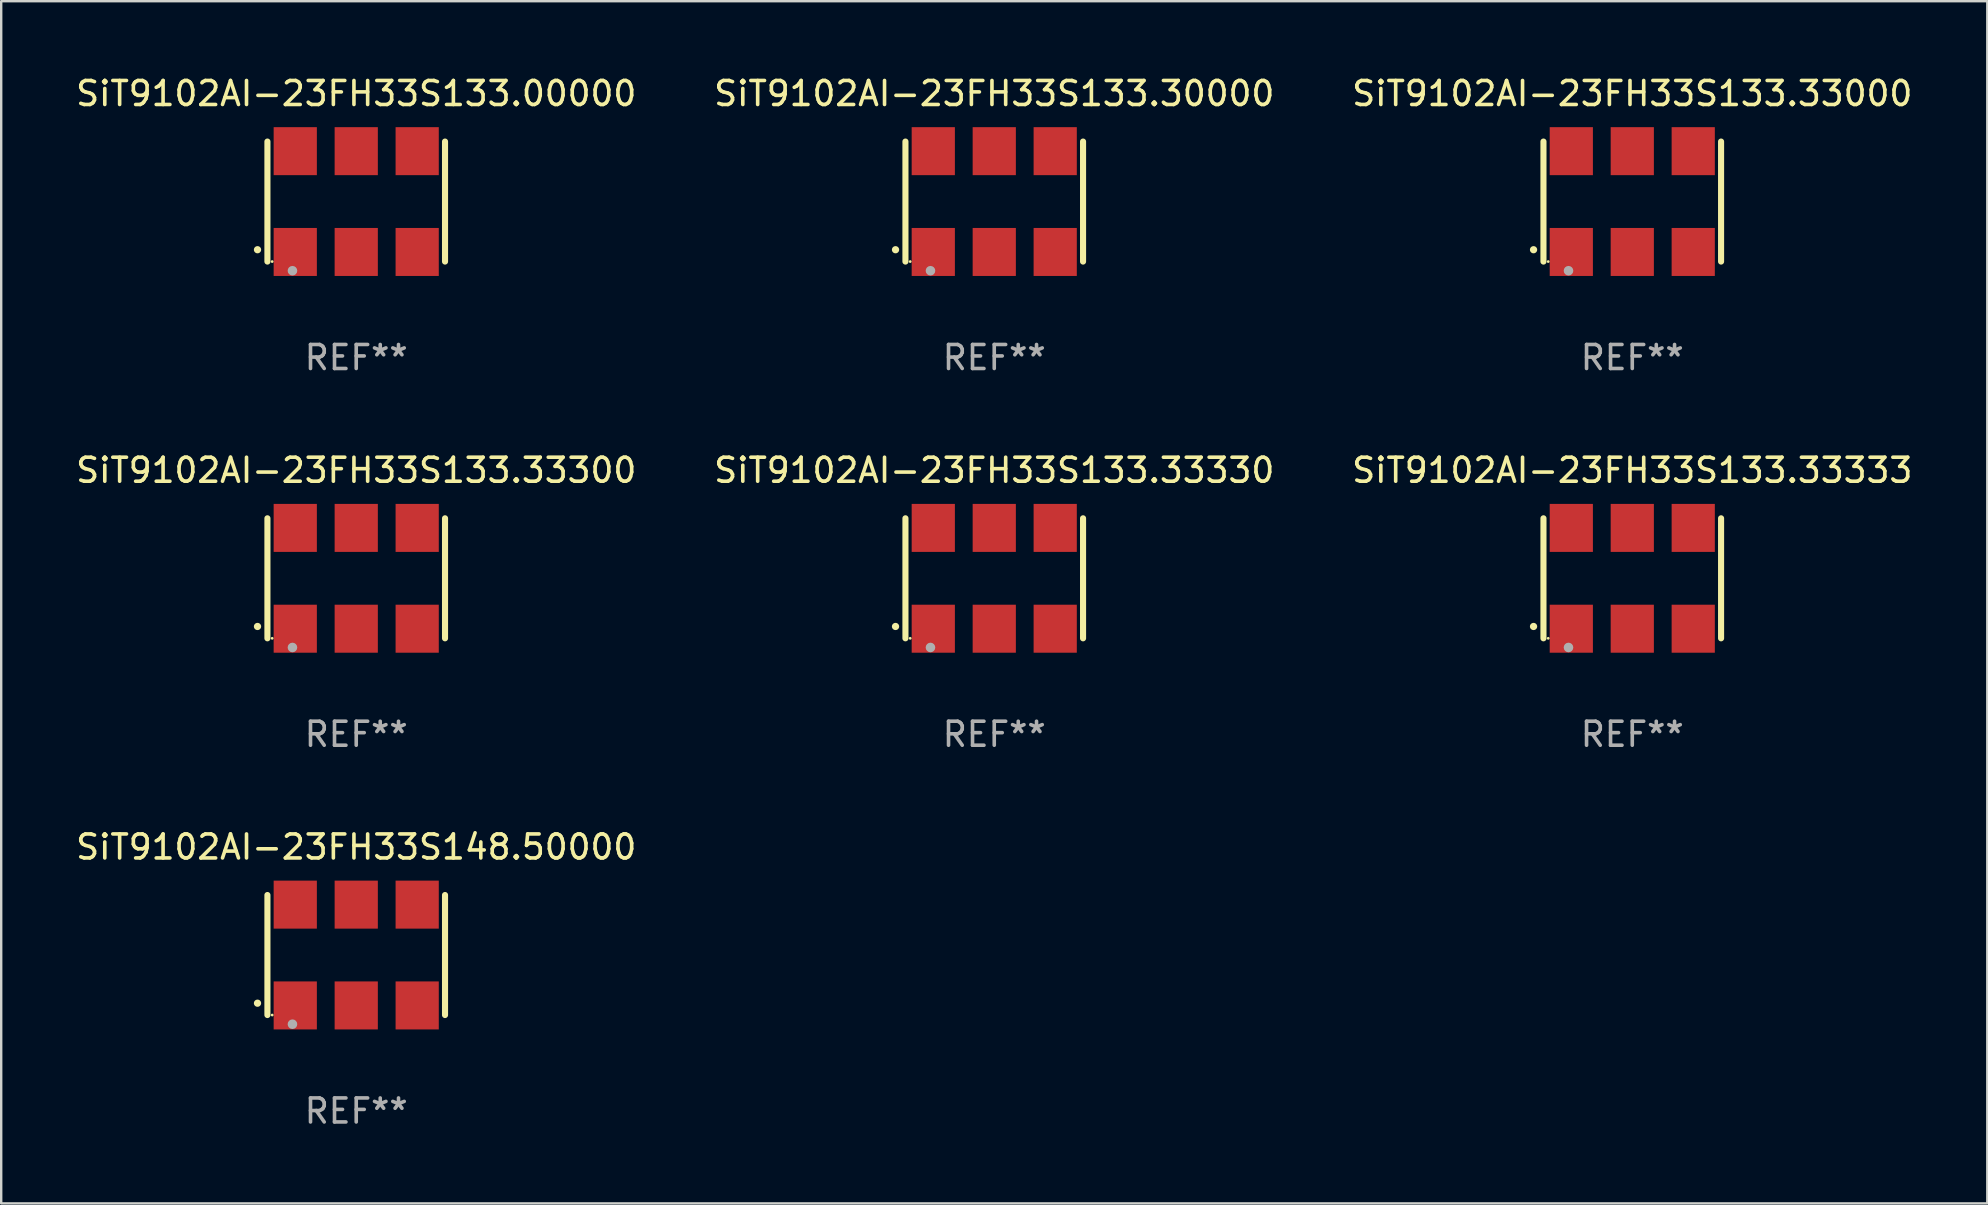
<source format=kicad_pcb>
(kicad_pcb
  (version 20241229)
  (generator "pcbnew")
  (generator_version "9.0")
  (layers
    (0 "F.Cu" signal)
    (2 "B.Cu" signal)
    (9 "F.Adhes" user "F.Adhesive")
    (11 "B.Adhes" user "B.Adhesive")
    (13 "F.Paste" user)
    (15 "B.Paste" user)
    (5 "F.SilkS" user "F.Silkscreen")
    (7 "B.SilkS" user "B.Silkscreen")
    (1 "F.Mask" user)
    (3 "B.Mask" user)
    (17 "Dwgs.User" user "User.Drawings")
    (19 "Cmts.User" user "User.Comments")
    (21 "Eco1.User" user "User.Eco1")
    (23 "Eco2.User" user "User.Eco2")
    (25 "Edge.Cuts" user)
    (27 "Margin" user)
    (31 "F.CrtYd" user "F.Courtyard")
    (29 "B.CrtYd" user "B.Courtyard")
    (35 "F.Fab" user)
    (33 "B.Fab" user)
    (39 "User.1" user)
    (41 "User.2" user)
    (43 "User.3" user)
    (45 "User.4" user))
  (footprint "SiT9102AI-23FH33S133.00000"
    (layer "F.Cu")
    (at 11.792 5.348)
    (property "Reference" "SiT9102AI-23FH33S133.00000" (at 0 -4.5 0) (layer "F.SilkS") (effects (font (size 1 1) (thickness 0.15))))
    (attr through_hole)
    (fp_line (start -3.7 -2.5) (end -3.7 2.5) (stroke (width 0.254) (type solid)) (layer "F.SilkS"))
    (fp_line (start 3.7 -2.5) (end 3.7 2.5) (stroke (width 0.254) (type solid)) (layer "F.SilkS"))
    (fp_arc (start -4.114415 2.006604) (mid -4.113145 2.006599) (end -4.111875 2.006604) (stroke (width 0.3) (type solid)) (layer "F.SilkS"))
    (fp_circle (center -3.502 2.5) (end -3.472 2.5) (stroke (width 0.06) (type solid)) (fill no) (layer "F.SilkS"))
    (fp_circle (center -2.657 2.882) (end -2.557 2.882) (stroke (width 0.2) (type solid)) (fill no) (layer "F.Fab"))
    (fp_text user "REF**" (at 0 6.5 0) (layer "F.Fab") (effects (font (size 1 1) (thickness 0.15))))
    (pad "1" smd rect (at -2.54 2.1) (size 1.8 2) (layers "F.Cu" "F.Mask" "F.Paste"))
    (pad "2" smd rect (at 0.000394 2.1) (size 1.8 2) (layers "F.Cu" "F.Mask" "F.Paste"))
    (pad "3" smd rect (at 2.54 2.1) (size 1.8 2) (layers "F.Cu" "F.Mask" "F.Paste"))
    (pad "4" smd rect (at 2.54 -2.1) (size 1.8 2) (layers "F.Cu" "F.Mask" "F.Paste"))
    (pad "5" smd rect (at 0.000394 -2.1) (size 1.8 2) (layers "F.Cu" "F.Mask" "F.Paste"))
    (pad "6" smd rect (at -2.54 -2.1) (size 1.8 2) (layers "F.Cu" "F.Mask" "F.Paste")))
  (footprint "SiT9102AI-23FH33S133.33330"
    (layer "F.Cu")
    (at 38.375 21.045)
    (property "Reference" "SiT9102AI-23FH33S133.33330" (at 0 -4.5 0) (layer "F.SilkS") (effects (font (size 1 1) (thickness 0.15))))
    (attr through_hole)
    (fp_line (start -3.7 -2.5) (end -3.7 2.5) (stroke (width 0.254) (type solid)) (layer "F.SilkS"))
    (fp_line (start 3.7 -2.5) (end 3.7 2.5) (stroke (width 0.254) (type solid)) (layer "F.SilkS"))
    (fp_arc (start -4.114415 2.006604) (mid -4.113145 2.006599) (end -4.111875 2.006604) (stroke (width 0.3) (type solid)) (layer "F.SilkS"))
    (fp_circle (center -3.502 2.5) (end -3.472 2.5) (stroke (width 0.06) (type solid)) (fill no) (layer "F.SilkS"))
    (fp_circle (center -2.657 2.882) (end -2.557 2.882) (stroke (width 0.2) (type solid)) (fill no) (layer "F.Fab"))
    (fp_text user "REF**" (at 0 6.5 0) (layer "F.Fab") (effects (font (size 1 1) (thickness 0.15))))
    (pad "1" smd rect (at -2.54 2.1) (size 1.8 2) (layers "F.Cu" "F.Mask" "F.Paste"))
    (pad "2" smd rect (at 0.000394 2.1) (size 1.8 2) (layers "F.Cu" "F.Mask" "F.Paste"))
    (pad "3" smd rect (at 2.54 2.1) (size 1.8 2) (layers "F.Cu" "F.Mask" "F.Paste"))
    (pad "4" smd rect (at 2.54 -2.1) (size 1.8 2) (layers "F.Cu" "F.Mask" "F.Paste"))
    (pad "5" smd rect (at 0.000394 -2.1) (size 1.8 2) (layers "F.Cu" "F.Mask" "F.Paste"))
    (pad "6" smd rect (at -2.54 -2.1) (size 1.8 2) (layers "F.Cu" "F.Mask" "F.Paste")))
  (footprint "SiT9102AI-23FH33S148.50000"
    (layer "F.Cu")
    (at 11.792 36.741)
    (property "Reference" "SiT9102AI-23FH33S148.50000" (at 0 -4.5 0) (layer "F.SilkS") (effects (font (size 1 1) (thickness 0.15))))
    (attr through_hole)
    (fp_line (start -3.7 -2.5) (end -3.7 2.5) (stroke (width 0.254) (type solid)) (layer "F.SilkS"))
    (fp_line (start 3.7 -2.5) (end 3.7 2.5) (stroke (width 0.254) (type solid)) (layer "F.SilkS"))
    (fp_arc (start -4.114415 2.006604) (mid -4.113145 2.006599) (end -4.111875 2.006604) (stroke (width 0.3) (type solid)) (layer "F.SilkS"))
    (fp_circle (center -3.502 2.5) (end -3.472 2.5) (stroke (width 0.06) (type solid)) (fill no) (layer "F.SilkS"))
    (fp_circle (center -2.657 2.882) (end -2.557 2.882) (stroke (width 0.2) (type solid)) (fill no) (layer "F.Fab"))
    (fp_text user "REF**" (at 0 6.5 0) (layer "F.Fab") (effects (font (size 1 1) (thickness 0.15))))
    (pad "1" smd rect (at -2.54 2.1) (size 1.8 2) (layers "F.Cu" "F.Mask" "F.Paste"))
    (pad "2" smd rect (at 0.000394 2.1) (size 1.8 2) (layers "F.Cu" "F.Mask" "F.Paste"))
    (pad "3" smd rect (at 2.54 2.1) (size 1.8 2) (layers "F.Cu" "F.Mask" "F.Paste"))
    (pad "4" smd rect (at 2.54 -2.1) (size 1.8 2) (layers "F.Cu" "F.Mask" "F.Paste"))
    (pad "5" smd rect (at 0.000394 -2.1) (size 1.8 2) (layers "F.Cu" "F.Mask" "F.Paste"))
    (pad "6" smd rect (at -2.54 -2.1) (size 1.8 2) (layers "F.Cu" "F.Mask" "F.Paste")))
  (footprint "SiT9102AI-23FH33S133.30000"
    (layer "F.Cu")
    (at 38.375 5.348)
    (property "Reference" "SiT9102AI-23FH33S133.30000" (at 0 -4.5 0) (layer "F.SilkS") (effects (font (size 1 1) (thickness 0.15))))
    (attr through_hole)
    (fp_line (start -3.7 -2.5) (end -3.7 2.5) (stroke (width 0.254) (type solid)) (layer "F.SilkS"))
    (fp_line (start 3.7 -2.5) (end 3.7 2.5) (stroke (width 0.254) (type solid)) (layer "F.SilkS"))
    (fp_arc (start -4.114415 2.006604) (mid -4.113145 2.006599) (end -4.111875 2.006604) (stroke (width 0.3) (type solid)) (layer "F.SilkS"))
    (fp_circle (center -3.502 2.5) (end -3.472 2.5) (stroke (width 0.06) (type solid)) (fill no) (layer "F.SilkS"))
    (fp_circle (center -2.657 2.882) (end -2.557 2.882) (stroke (width 0.2) (type solid)) (fill no) (layer "F.Fab"))
    (fp_text user "REF**" (at 0 6.5 0) (layer "F.Fab") (effects (font (size 1 1) (thickness 0.15))))
    (pad "1" smd rect (at -2.54 2.1) (size 1.8 2) (layers "F.Cu" "F.Mask" "F.Paste"))
    (pad "2" smd rect (at 0.000394 2.1) (size 1.8 2) (layers "F.Cu" "F.Mask" "F.Paste"))
    (pad "3" smd rect (at 2.54 2.1) (size 1.8 2) (layers "F.Cu" "F.Mask" "F.Paste"))
    (pad "4" smd rect (at 2.54 -2.1) (size 1.8 2) (layers "F.Cu" "F.Mask" "F.Paste"))
    (pad "5" smd rect (at 0.000394 -2.1) (size 1.8 2) (layers "F.Cu" "F.Mask" "F.Paste"))
    (pad "6" smd rect (at -2.54 -2.1) (size 1.8 2) (layers "F.Cu" "F.Mask" "F.Paste")))
  (footprint "SiT9102AI-23FH33S133.33300"
    (layer "F.Cu")
    (at 11.792 21.045)
    (property "Reference" "SiT9102AI-23FH33S133.33300" (at 0 -4.5 0) (layer "F.SilkS") (effects (font (size 1 1) (thickness 0.15))))
    (attr through_hole)
    (fp_line (start -3.7 -2.5) (end -3.7 2.5) (stroke (width 0.254) (type solid)) (layer "F.SilkS"))
    (fp_line (start 3.7 -2.5) (end 3.7 2.5) (stroke (width 0.254) (type solid)) (layer "F.SilkS"))
    (fp_arc (start -4.114415 2.006604) (mid -4.113145 2.006599) (end -4.111875 2.006604) (stroke (width 0.3) (type solid)) (layer "F.SilkS"))
    (fp_circle (center -3.502 2.5) (end -3.472 2.5) (stroke (width 0.06) (type solid)) (fill no) (layer "F.SilkS"))
    (fp_circle (center -2.657 2.882) (end -2.557 2.882) (stroke (width 0.2) (type solid)) (fill no) (layer "F.Fab"))
    (fp_text user "REF**" (at 0 6.5 0) (layer "F.Fab") (effects (font (size 1 1) (thickness 0.15))))
    (pad "1" smd rect (at -2.54 2.1) (size 1.8 2) (layers "F.Cu" "F.Mask" "F.Paste"))
    (pad "2" smd rect (at 0.000394 2.1) (size 1.8 2) (layers "F.Cu" "F.Mask" "F.Paste"))
    (pad "3" smd rect (at 2.54 2.1) (size 1.8 2) (layers "F.Cu" "F.Mask" "F.Paste"))
    (pad "4" smd rect (at 2.54 -2.1) (size 1.8 2) (layers "F.Cu" "F.Mask" "F.Paste"))
    (pad "5" smd rect (at 0.000394 -2.1) (size 1.8 2) (layers "F.Cu" "F.Mask" "F.Paste"))
    (pad "6" smd rect (at -2.54 -2.1) (size 1.8 2) (layers "F.Cu" "F.Mask" "F.Paste")))
  (footprint "SiT9102AI-23FH33S133.33333"
    (layer "F.Cu")
    (at 64.958 21.045)
    (property "Reference" "SiT9102AI-23FH33S133.33333" (at 0 -4.5 0) (layer "F.SilkS") (effects (font (size 1 1) (thickness 0.15))))
    (attr through_hole)
    (fp_line (start -3.7 -2.5) (end -3.7 2.5) (stroke (width 0.254) (type solid)) (layer "F.SilkS"))
    (fp_line (start 3.7 -2.5) (end 3.7 2.5) (stroke (width 0.254) (type solid)) (layer "F.SilkS"))
    (fp_arc (start -4.114415 2.006604) (mid -4.113145 2.006599) (end -4.111875 2.006604) (stroke (width 0.3) (type solid)) (layer "F.SilkS"))
    (fp_circle (center -3.502 2.5) (end -3.472 2.5) (stroke (width 0.06) (type solid)) (fill no) (layer "F.SilkS"))
    (fp_circle (center -2.657 2.882) (end -2.557 2.882) (stroke (width 0.2) (type solid)) (fill no) (layer "F.Fab"))
    (fp_text user "REF**" (at 0 6.5 0) (layer "F.Fab") (effects (font (size 1 1) (thickness 0.15))))
    (pad "1" smd rect (at -2.54 2.1) (size 1.8 2) (layers "F.Cu" "F.Mask" "F.Paste"))
    (pad "2" smd rect (at 0.000394 2.1) (size 1.8 2) (layers "F.Cu" "F.Mask" "F.Paste"))
    (pad "3" smd rect (at 2.54 2.1) (size 1.8 2) (layers "F.Cu" "F.Mask" "F.Paste"))
    (pad "4" smd rect (at 2.54 -2.1) (size 1.8 2) (layers "F.Cu" "F.Mask" "F.Paste"))
    (pad "5" smd rect (at 0.000394 -2.1) (size 1.8 2) (layers "F.Cu" "F.Mask" "F.Paste"))
    (pad "6" smd rect (at -2.54 -2.1) (size 1.8 2) (layers "F.Cu" "F.Mask" "F.Paste")))
  (footprint "SiT9102AI-23FH33S133.33000"
    (layer "F.Cu")
    (at 64.958 5.348)
    (property "Reference" "SiT9102AI-23FH33S133.33000" (at 0 -4.5 0) (layer "F.SilkS") (effects (font (size 1 1) (thickness 0.15))))
    (attr through_hole)
    (fp_line (start -3.7 -2.5) (end -3.7 2.5) (stroke (width 0.254) (type solid)) (layer "F.SilkS"))
    (fp_line (start 3.7 -2.5) (end 3.7 2.5) (stroke (width 0.254) (type solid)) (layer "F.SilkS"))
    (fp_arc (start -4.114415 2.006604) (mid -4.113145 2.006599) (end -4.111875 2.006604) (stroke (width 0.3) (type solid)) (layer "F.SilkS"))
    (fp_circle (center -3.502 2.5) (end -3.472 2.5) (stroke (width 0.06) (type solid)) (fill no) (layer "F.SilkS"))
    (fp_circle (center -2.657 2.882) (end -2.557 2.882) (stroke (width 0.2) (type solid)) (fill no) (layer "F.Fab"))
    (fp_text user "REF**" (at 0 6.5 0) (layer "F.Fab") (effects (font (size 1 1) (thickness 0.15))))
    (pad "1" smd rect (at -2.54 2.1) (size 1.8 2) (layers "F.Cu" "F.Mask" "F.Paste"))
    (pad "2" smd rect (at 0.000394 2.1) (size 1.8 2) (layers "F.Cu" "F.Mask" "F.Paste"))
    (pad "3" smd rect (at 2.54 2.1) (size 1.8 2) (layers "F.Cu" "F.Mask" "F.Paste"))
    (pad "4" smd rect (at 2.54 -2.1) (size 1.8 2) (layers "F.Cu" "F.Mask" "F.Paste"))
    (pad "5" smd rect (at 0.000394 -2.1) (size 1.8 2) (layers "F.Cu" "F.Mask" "F.Paste"))
    (pad "6" smd rect (at -2.54 -2.1) (size 1.8 2) (layers "F.Cu" "F.Mask" "F.Paste")))
  (gr_rect
    (start -3 -3)
    (end 79.75 47.09)
    (stroke (width 0.1) (type default))
    (fill no)
    (layer "Edge.Cuts")))
</source>
